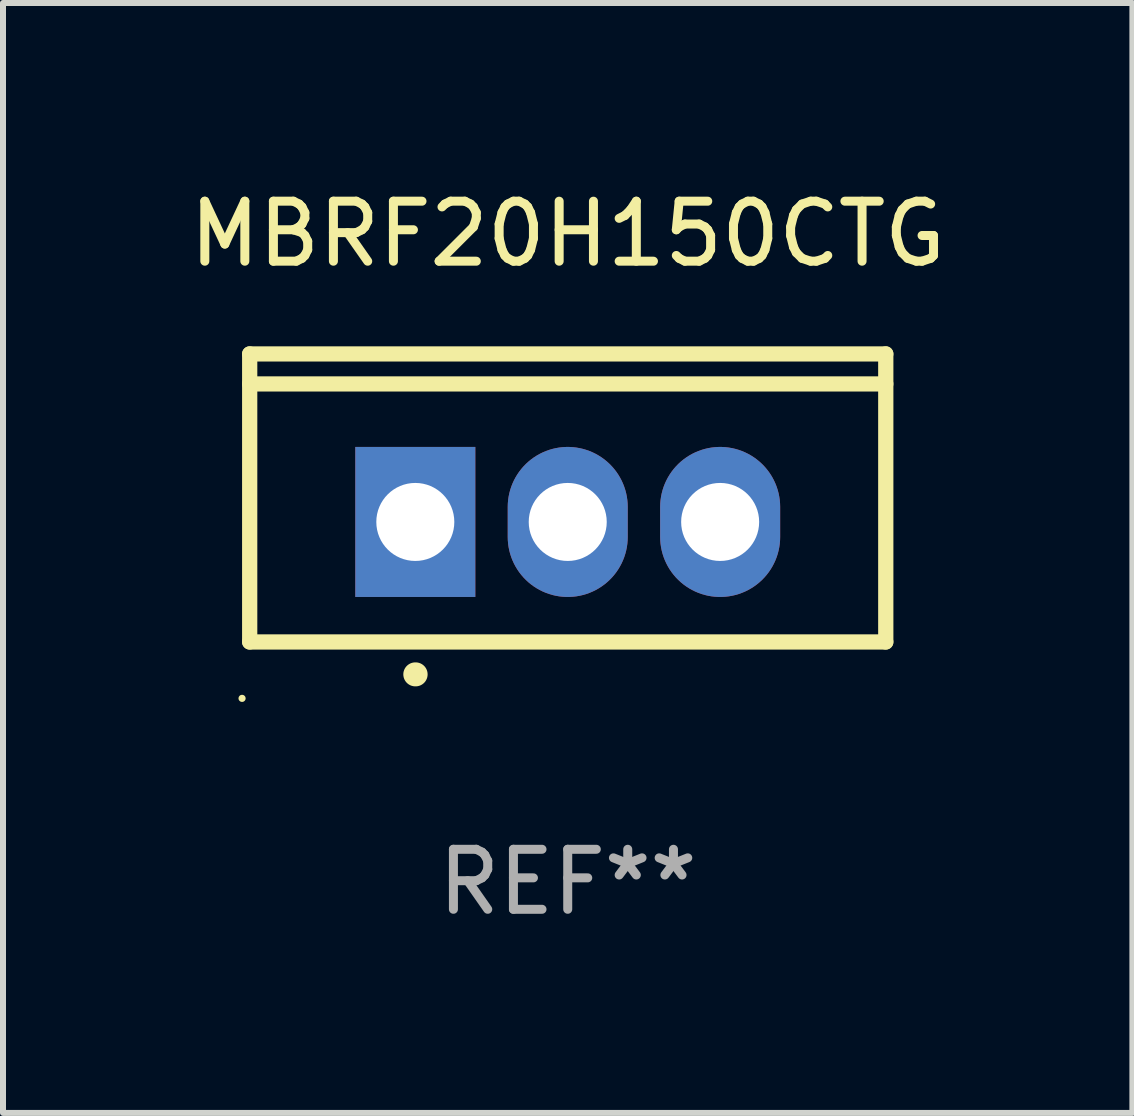
<source format=kicad_pcb>
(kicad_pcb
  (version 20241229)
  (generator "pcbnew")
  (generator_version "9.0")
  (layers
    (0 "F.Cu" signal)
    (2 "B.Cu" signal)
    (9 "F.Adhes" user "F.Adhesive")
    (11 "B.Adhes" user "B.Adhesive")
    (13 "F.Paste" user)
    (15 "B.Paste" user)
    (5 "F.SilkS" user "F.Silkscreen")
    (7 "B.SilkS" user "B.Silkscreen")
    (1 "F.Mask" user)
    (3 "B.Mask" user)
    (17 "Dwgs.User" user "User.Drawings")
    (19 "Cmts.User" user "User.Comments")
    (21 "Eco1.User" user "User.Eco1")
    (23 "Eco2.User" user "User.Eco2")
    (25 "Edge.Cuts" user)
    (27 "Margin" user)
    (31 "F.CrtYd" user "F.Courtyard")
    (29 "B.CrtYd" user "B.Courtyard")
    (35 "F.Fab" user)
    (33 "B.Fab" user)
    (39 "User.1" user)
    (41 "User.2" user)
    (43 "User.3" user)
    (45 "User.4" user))
  (footprint "MBRF20H150CTG"
    (layer "F.Cu")
    (at 6.411 5.248)
    (property "Reference" "MBRF20H150CTG" (at 0 -4.4 0) (layer "F.SilkS") (effects (font (size 1 1) (thickness 0.15))))
    (attr through_hole)
    (fp_line (start -5.3 -2.4) (end 5.3 -2.4) (stroke (width 0.254) (type solid)) (layer "F.SilkS"))
    (fp_line (start -5.3 2.4) (end -5.3 -2.4) (stroke (width 0.254) (type solid)) (layer "F.SilkS"))
    (fp_line (start 5.3 -2.4) (end 5.3 2.4) (stroke (width 0.254) (type solid)) (layer "F.SilkS"))
    (fp_line (start 5.3 -1.9) (end -5.3 -1.9) (stroke (width 0.254) (type solid)) (layer "F.SilkS"))
    (fp_line (start 5.3 2.4) (end -5.3 2.4) (stroke (width 0.254) (type solid)) (layer "F.SilkS"))
    (fp_arc (start -2.540005 2.940005) (mid -2.537465 2.939989) (end -2.534925 2.940005) (stroke (width 0.4) (type solid)) (layer "F.SilkS"))
    (fp_circle (center -5.427 3.34) (end -5.397 3.34) (stroke (width 0.06) (type solid)) (fill no) (layer "F.SilkS"))
    (fp_text user "REF**" (at 0 6.4 0) (layer "F.Fab") (effects (font (size 1 1) (thickness 0.15))))
    (pad "1" thru_hole rect (at -2.54 0.4) (size 2 2.5) (drill 1.3) (layers "*.Cu" "*.Mask"))
    (pad "2" thru_hole oval (at 0 0.4) (size 2 2.5) (drill 1.3) (layers "*.Cu" "*.Mask"))
    (pad "3" thru_hole oval (at 2.54 0.4) (size 2 2.5) (drill 1.3) (layers "*.Cu" "*.Mask")))
  (gr_rect
    (start -3 -3)
    (end 15.821 15.496)
    (stroke (width 0.1) (type default))
    (fill no)
    (layer "Edge.Cuts")))
</source>
